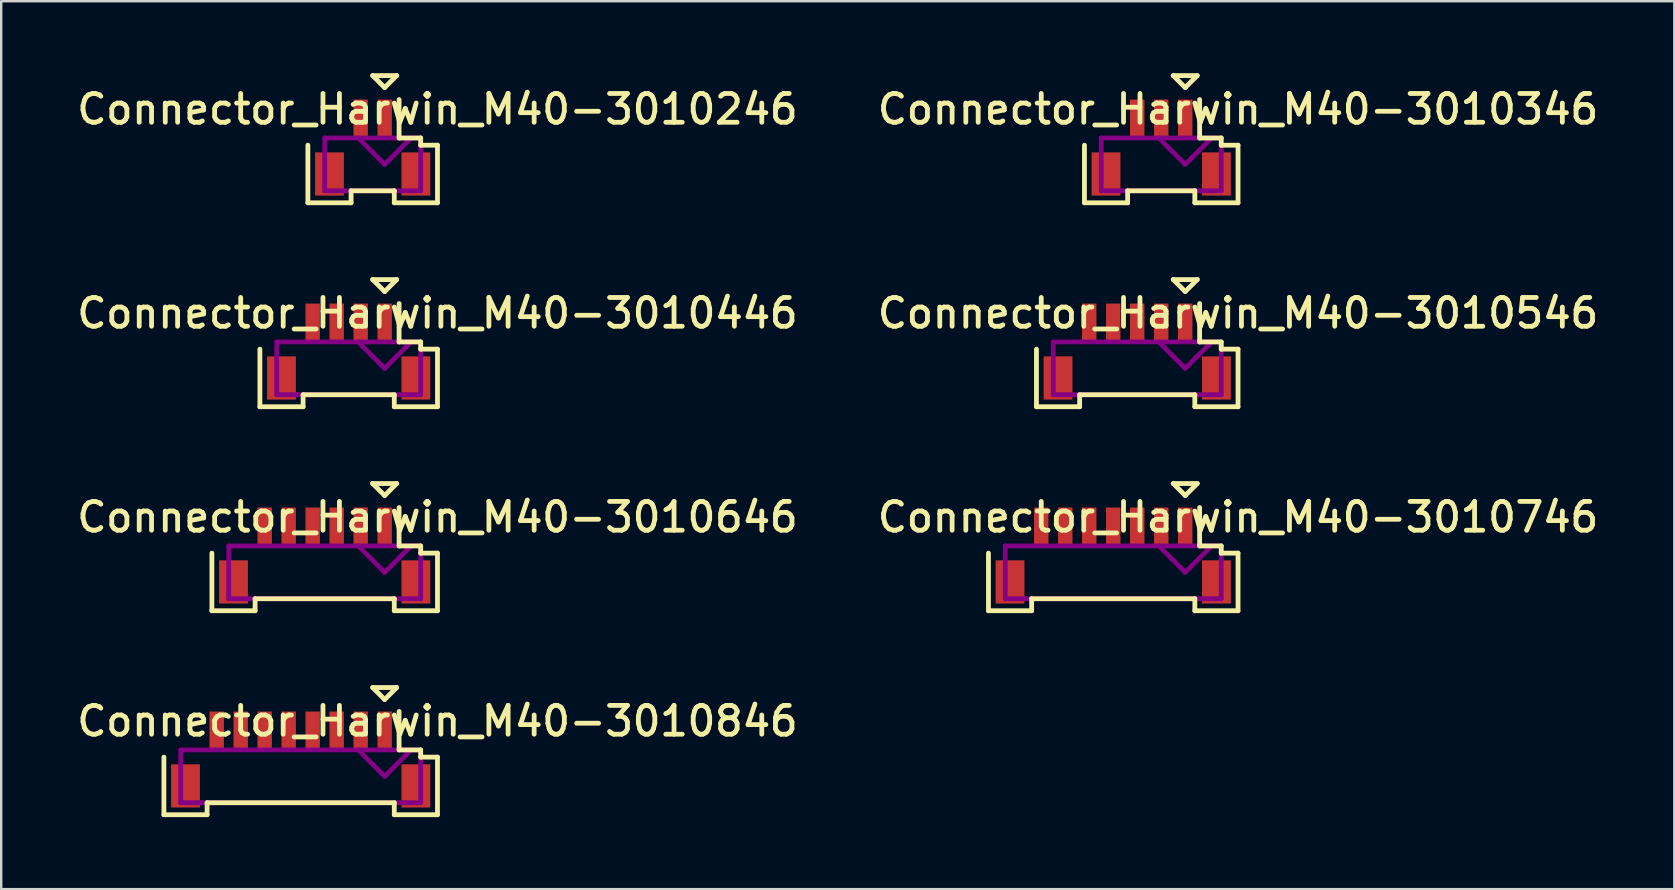
<source format=kicad_pcb>
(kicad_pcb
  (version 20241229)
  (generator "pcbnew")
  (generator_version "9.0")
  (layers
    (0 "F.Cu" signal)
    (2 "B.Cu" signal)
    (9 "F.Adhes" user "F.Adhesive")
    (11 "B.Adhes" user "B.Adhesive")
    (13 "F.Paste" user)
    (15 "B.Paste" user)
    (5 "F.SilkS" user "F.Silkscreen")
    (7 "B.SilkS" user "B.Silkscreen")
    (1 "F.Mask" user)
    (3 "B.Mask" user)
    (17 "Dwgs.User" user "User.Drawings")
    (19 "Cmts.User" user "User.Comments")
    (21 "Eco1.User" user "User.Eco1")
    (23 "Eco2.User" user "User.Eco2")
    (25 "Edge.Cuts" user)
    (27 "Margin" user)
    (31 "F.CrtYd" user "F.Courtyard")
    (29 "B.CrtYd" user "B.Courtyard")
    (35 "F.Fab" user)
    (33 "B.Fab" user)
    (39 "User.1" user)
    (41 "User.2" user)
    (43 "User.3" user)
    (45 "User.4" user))
  (footprint "Connector_Harwin_M40-3010346"
    (layer "F.Cu")
    (at 45.34 4.2)
    (property "Reference" "Connector_Harwin_M40-3010346" (at 3.2 -2.7 0) (layer "F.SilkS") (effects (font (size 1.2 1.2) (thickness 0.2))))
    (attr through_hole)
    (fp_line (start -3.2 1.2) (end -3.2 -1.2) (stroke (width 0.2) (type solid)) (layer "F.SilkS"))
    (fp_line (start -1.4 0.7) (end -1.4 1.2) (stroke (width 0.2) (type solid)) (layer "F.SilkS"))
    (fp_line (start -1.4 1.2) (end -3.2 1.2) (stroke (width 0.2) (type solid)) (layer "F.SilkS"))
    (fp_line (start 0.5 -4.1) (end 1 -3.6) (stroke (width 0.2) (type solid)) (layer "F.SilkS"))
    (fp_line (start 1 -3.6) (end 1.5 -4.1) (stroke (width 0.2) (type solid)) (layer "F.SilkS"))
    (fp_line (start 1.4 0.7) (end -1.4 0.7) (stroke (width 0.2) (type solid)) (layer "F.SilkS"))
    (fp_line (start 1.4 1.2) (end 1.4 0.7) (stroke (width 0.2) (type solid)) (layer "F.SilkS"))
    (fp_line (start 1.5 -4.1) (end 0.5 -4.1) (stroke (width 0.2) (type solid)) (layer "F.SilkS"))
    (fp_line (start 1.6 -3.1) (end 1.6 -1.5) (stroke (width 0.2) (type solid)) (layer "F.SilkS"))
    (fp_line (start 1.6 -1.5) (end 2.5 -1.5) (stroke (width 0.2) (type solid)) (layer "F.SilkS"))
    (fp_line (start 2.5 -1.5) (end 2.5 -1.2) (stroke (width 0.2) (type solid)) (layer "F.SilkS"))
    (fp_line (start 2.5 -1.2) (end 3.2 -1.2) (stroke (width 0.2) (type solid)) (layer "F.SilkS"))
    (fp_line (start 3.2 -1.2) (end 3.2 1.2) (stroke (width 0.2) (type solid)) (layer "F.SilkS"))
    (fp_line (start 3.2 1.2) (end 1.4 1.2) (stroke (width 0.2) (type solid)) (layer "F.SilkS"))
    (fp_line (start -2.5 -1.5) (end 2.5 -1.5) (stroke (width 0.2) (type solid)) (layer "F.Adhes"))
    (fp_line (start -2.5 0.7) (end -2.5 -1.5) (stroke (width 0.2) (type solid)) (layer "F.Adhes"))
    (fp_line (start 1 -0.4) (end -0.1 -1.5) (stroke (width 0.2) (type solid)) (layer "F.Adhes"))
    (fp_line (start 2.1 -1.5) (end 1 -0.4) (stroke (width 0.2) (type solid)) (layer "F.Adhes"))
    (fp_line (start 2.5 -1.5) (end 2.5 0.7) (stroke (width 0.2) (type solid)) (layer "F.Adhes"))
    (fp_line (start 2.5 0.7) (end -2.5 0.7) (stroke (width 0.2) (type solid)) (layer "F.Adhes"))
    (pad "" smd rect (at -2.3 0) (size 1.2 1.8) (layers "F.Cu" "F.Mask" "F.Paste"))
    (pad "" smd rect (at 2.3 0) (size 1.2 1.8) (layers "F.Cu" "F.Mask" "F.Paste"))
    (pad "1" smd rect (at 1 -2.3) (size 0.6 1.6) (layers "F.Cu" "F.Mask" "F.Paste"))
    (pad "2" smd rect (at 0 -2.3) (size 0.6 1.6) (layers "F.Cu" "F.Mask" "F.Paste"))
    (pad "3" smd rect (at -1 -2.3) (size 0.6 1.6) (layers "F.Cu" "F.Mask" "F.Paste")))
  (footprint "Connector_Harwin_M40-3010446"
    (layer "F.Cu")
    (at 11.48 12.7)
    (property "Reference" "Connector_Harwin_M40-3010446" (at 3.7 -2.7 0) (layer "F.SilkS") (effects (font (size 1.2 1.2) (thickness 0.2))))
    (attr through_hole)
    (fp_line (start -3.7 1.2) (end -3.7 -1.2) (stroke (width 0.2) (type solid)) (layer "F.SilkS"))
    (fp_line (start -1.9 0.7) (end -1.9 1.2) (stroke (width 0.2) (type solid)) (layer "F.SilkS"))
    (fp_line (start -1.9 1.2) (end -3.7 1.2) (stroke (width 0.2) (type solid)) (layer "F.SilkS"))
    (fp_line (start 1 -4.1) (end 1.5 -3.6) (stroke (width 0.2) (type solid)) (layer "F.SilkS"))
    (fp_line (start 1.5 -3.6) (end 2 -4.1) (stroke (width 0.2) (type solid)) (layer "F.SilkS"))
    (fp_line (start 1.9 0.7) (end -1.9 0.7) (stroke (width 0.2) (type solid)) (layer "F.SilkS"))
    (fp_line (start 1.9 1.2) (end 1.9 0.7) (stroke (width 0.2) (type solid)) (layer "F.SilkS"))
    (fp_line (start 2 -4.1) (end 1 -4.1) (stroke (width 0.2) (type solid)) (layer "F.SilkS"))
    (fp_line (start 2.1 -3.1) (end 2.1 -1.5) (stroke (width 0.2) (type solid)) (layer "F.SilkS"))
    (fp_line (start 2.1 -1.5) (end 3 -1.5) (stroke (width 0.2) (type solid)) (layer "F.SilkS"))
    (fp_line (start 3 -1.5) (end 3 -1.2) (stroke (width 0.2) (type solid)) (layer "F.SilkS"))
    (fp_line (start 3 -1.2) (end 3.7 -1.2) (stroke (width 0.2) (type solid)) (layer "F.SilkS"))
    (fp_line (start 3.7 -1.2) (end 3.7 1.2) (stroke (width 0.2) (type solid)) (layer "F.SilkS"))
    (fp_line (start 3.7 1.2) (end 1.9 1.2) (stroke (width 0.2) (type solid)) (layer "F.SilkS"))
    (fp_line (start -3 -1.5) (end 3 -1.5) (stroke (width 0.2) (type solid)) (layer "F.Adhes"))
    (fp_line (start -3 0.7) (end -3 -1.5) (stroke (width 0.2) (type solid)) (layer "F.Adhes"))
    (fp_line (start 1.5 -0.4) (end 0.4 -1.5) (stroke (width 0.2) (type solid)) (layer "F.Adhes"))
    (fp_line (start 2.6 -1.5) (end 1.5 -0.4) (stroke (width 0.2) (type solid)) (layer "F.Adhes"))
    (fp_line (start 3 -1.5) (end 3 0.7) (stroke (width 0.2) (type solid)) (layer "F.Adhes"))
    (fp_line (start 3 0.7) (end -3 0.7) (stroke (width 0.2) (type solid)) (layer "F.Adhes"))
    (pad "" smd rect (at -2.8 0) (size 1.2 1.8) (layers "F.Cu" "F.Mask" "F.Paste"))
    (pad "" smd rect (at 2.8 0) (size 1.2 1.8) (layers "F.Cu" "F.Mask" "F.Paste"))
    (pad "1" smd rect (at 1.5 -2.3) (size 0.6 1.6) (layers "F.Cu" "F.Mask" "F.Paste"))
    (pad "2" smd rect (at 0.5 -2.3) (size 0.6 1.6) (layers "F.Cu" "F.Mask" "F.Paste"))
    (pad "3" smd rect (at -0.5 -2.3) (size 0.6 1.6) (layers "F.Cu" "F.Mask" "F.Paste"))
    (pad "4" smd rect (at -1.5 -2.3) (size 0.6 1.6) (layers "F.Cu" "F.Mask" "F.Paste")))
  (footprint "Connector_Harwin_M40-3010246"
    (layer "F.Cu")
    (at 12.48 4.2)
    (property "Reference" "Connector_Harwin_M40-3010246" (at 2.7 -2.7 0) (layer "F.SilkS") (effects (font (size 1.2 1.2) (thickness 0.2))))
    (attr through_hole)
    (fp_line (start -2.7 1.2) (end -2.7 -1.2) (stroke (width 0.2) (type solid)) (layer "F.SilkS"))
    (fp_line (start -0.9 0.7) (end -0.9 1.2) (stroke (width 0.2) (type solid)) (layer "F.SilkS"))
    (fp_line (start -0.9 1.2) (end -2.7 1.2) (stroke (width 0.2) (type solid)) (layer "F.SilkS"))
    (fp_line (start 0 -4.1) (end 0.5 -3.6) (stroke (width 0.2) (type solid)) (layer "F.SilkS"))
    (fp_line (start 0.5 -3.6) (end 1 -4.1) (stroke (width 0.2) (type solid)) (layer "F.SilkS"))
    (fp_line (start 0.9 0.7) (end -0.9 0.7) (stroke (width 0.2) (type solid)) (layer "F.SilkS"))
    (fp_line (start 0.9 1.2) (end 0.9 0.7) (stroke (width 0.2) (type solid)) (layer "F.SilkS"))
    (fp_line (start 1 -4.1) (end 0 -4.1) (stroke (width 0.2) (type solid)) (layer "F.SilkS"))
    (fp_line (start 1.1 -3.1) (end 1.1 -1.5) (stroke (width 0.2) (type solid)) (layer "F.SilkS"))
    (fp_line (start 1.1 -1.5) (end 2 -1.5) (stroke (width 0.2) (type solid)) (layer "F.SilkS"))
    (fp_line (start 2 -1.5) (end 2 -1.2) (stroke (width 0.2) (type solid)) (layer "F.SilkS"))
    (fp_line (start 2 -1.2) (end 2.7 -1.2) (stroke (width 0.2) (type solid)) (layer "F.SilkS"))
    (fp_line (start 2.7 -1.2) (end 2.7 1.2) (stroke (width 0.2) (type solid)) (layer "F.SilkS"))
    (fp_line (start 2.7 1.2) (end 0.9 1.2) (stroke (width 0.2) (type solid)) (layer "F.SilkS"))
    (fp_line (start -2 -1.5) (end 2 -1.5) (stroke (width 0.2) (type solid)) (layer "F.Adhes"))
    (fp_line (start -2 0.7) (end -2 -1.5) (stroke (width 0.2) (type solid)) (layer "F.Adhes"))
    (fp_line (start 0.5 -0.4) (end -0.6 -1.5) (stroke (width 0.2) (type solid)) (layer "F.Adhes"))
    (fp_line (start 1.6 -1.5) (end 0.5 -0.4) (stroke (width 0.2) (type solid)) (layer "F.Adhes"))
    (fp_line (start 2 -1.5) (end 2 0.7) (stroke (width 0.2) (type solid)) (layer "F.Adhes"))
    (fp_line (start 2 0.7) (end -2 0.7) (stroke (width 0.2) (type solid)) (layer "F.Adhes"))
    (pad "" smd rect (at -1.8 0) (size 1.2 1.8) (layers "F.Cu" "F.Mask" "F.Paste"))
    (pad "" smd rect (at 1.8 0) (size 1.2 1.8) (layers "F.Cu" "F.Mask" "F.Paste"))
    (pad "1" smd rect (at 0.5 -2.3) (size 0.6 1.6) (layers "F.Cu" "F.Mask" "F.Paste"))
    (pad "2" smd rect (at -0.5 -2.3) (size 0.6 1.6) (layers "F.Cu" "F.Mask" "F.Paste")))
  (footprint "Connector_Harwin_M40-3010846"
    (layer "F.Cu")
    (at 9.48 29.7)
    (property "Reference" "Connector_Harwin_M40-3010846" (at 5.7 -2.7 0) (layer "F.SilkS") (effects (font (size 1.2 1.2) (thickness 0.2))))
    (attr through_hole)
    (fp_line (start -5.7 1.2) (end -5.7 -1.2) (stroke (width 0.2) (type solid)) (layer "F.SilkS"))
    (fp_line (start -3.9 0.7) (end -3.9 1.2) (stroke (width 0.2) (type solid)) (layer "F.SilkS"))
    (fp_line (start -3.9 1.2) (end -5.7 1.2) (stroke (width 0.2) (type solid)) (layer "F.SilkS"))
    (fp_line (start 3 -4.1) (end 3.5 -3.6) (stroke (width 0.2) (type solid)) (layer "F.SilkS"))
    (fp_line (start 3.5 -3.6) (end 4 -4.1) (stroke (width 0.2) (type solid)) (layer "F.SilkS"))
    (fp_line (start 3.9 0.7) (end -3.9 0.7) (stroke (width 0.2) (type solid)) (layer "F.SilkS"))
    (fp_line (start 3.9 1.2) (end 3.9 0.7) (stroke (width 0.2) (type solid)) (layer "F.SilkS"))
    (fp_line (start 4 -4.1) (end 3 -4.1) (stroke (width 0.2) (type solid)) (layer "F.SilkS"))
    (fp_line (start 4.1 -3.1) (end 4.1 -1.5) (stroke (width 0.2) (type solid)) (layer "F.SilkS"))
    (fp_line (start 4.1 -1.5) (end 5 -1.5) (stroke (width 0.2) (type solid)) (layer "F.SilkS"))
    (fp_line (start 5 -1.5) (end 5 -1.2) (stroke (width 0.2) (type solid)) (layer "F.SilkS"))
    (fp_line (start 5 -1.2) (end 5.7 -1.2) (stroke (width 0.2) (type solid)) (layer "F.SilkS"))
    (fp_line (start 5.7 -1.2) (end 5.7 1.2) (stroke (width 0.2) (type solid)) (layer "F.SilkS"))
    (fp_line (start 5.7 1.2) (end 3.9 1.2) (stroke (width 0.2) (type solid)) (layer "F.SilkS"))
    (fp_line (start -5 -1.5) (end 5 -1.5) (stroke (width 0.2) (type solid)) (layer "F.Adhes"))
    (fp_line (start -5 0.7) (end -5 -1.5) (stroke (width 0.2) (type solid)) (layer "F.Adhes"))
    (fp_line (start 3.5 -0.4) (end 2.4 -1.5) (stroke (width 0.2) (type solid)) (layer "F.Adhes"))
    (fp_line (start 4.6 -1.5) (end 3.5 -0.4) (stroke (width 0.2) (type solid)) (layer "F.Adhes"))
    (fp_line (start 5 -1.5) (end 5 0.7) (stroke (width 0.2) (type solid)) (layer "F.Adhes"))
    (fp_line (start 5 0.7) (end -5 0.7) (stroke (width 0.2) (type solid)) (layer "F.Adhes"))
    (pad "" smd rect (at -4.8 0) (size 1.2 1.8) (layers "F.Cu" "F.Mask" "F.Paste"))
    (pad "" smd rect (at 4.8 0) (size 1.2 1.8) (layers "F.Cu" "F.Mask" "F.Paste"))
    (pad "1" smd rect (at 3.5 -2.3) (size 0.6 1.6) (layers "F.Cu" "F.Mask" "F.Paste"))
    (pad "2" smd rect (at 2.5 -2.3) (size 0.6 1.6) (layers "F.Cu" "F.Mask" "F.Paste"))
    (pad "3" smd rect (at 1.5 -2.3) (size 0.6 1.6) (layers "F.Cu" "F.Mask" "F.Paste"))
    (pad "4" smd rect (at 0.5 -2.3) (size 0.6 1.6) (layers "F.Cu" "F.Mask" "F.Paste"))
    (pad "5" smd rect (at -0.5 -2.3) (size 0.6 1.6) (layers "F.Cu" "F.Mask" "F.Paste"))
    (pad "6" smd rect (at -1.5 -2.3) (size 0.6 1.6) (layers "F.Cu" "F.Mask" "F.Paste"))
    (pad "7" smd rect (at -2.5 -2.3) (size 0.6 1.6) (layers "F.Cu" "F.Mask" "F.Paste"))
    (pad "8" smd rect (at -3.5 -2.3) (size 0.6 1.6) (layers "F.Cu" "F.Mask" "F.Paste")))
  (footprint "Connector_Harwin_M40-3010746"
    (layer "F.Cu")
    (at 43.34 21.2)
    (property "Reference" "Connector_Harwin_M40-3010746" (at 5.2 -2.7 0) (layer "F.SilkS") (effects (font (size 1.2 1.2) (thickness 0.2))))
    (attr through_hole)
    (fp_line (start -5.2 1.2) (end -5.2 -1.2) (stroke (width 0.2) (type solid)) (layer "F.SilkS"))
    (fp_line (start -3.4 0.7) (end -3.4 1.2) (stroke (width 0.2) (type solid)) (layer "F.SilkS"))
    (fp_line (start -3.4 1.2) (end -5.2 1.2) (stroke (width 0.2) (type solid)) (layer "F.SilkS"))
    (fp_line (start 2.5 -4.1) (end 3 -3.6) (stroke (width 0.2) (type solid)) (layer "F.SilkS"))
    (fp_line (start 3 -3.6) (end 3.5 -4.1) (stroke (width 0.2) (type solid)) (layer "F.SilkS"))
    (fp_line (start 3.4 0.7) (end -3.4 0.7) (stroke (width 0.2) (type solid)) (layer "F.SilkS"))
    (fp_line (start 3.4 1.2) (end 3.4 0.7) (stroke (width 0.2) (type solid)) (layer "F.SilkS"))
    (fp_line (start 3.5 -4.1) (end 2.5 -4.1) (stroke (width 0.2) (type solid)) (layer "F.SilkS"))
    (fp_line (start 3.6 -3.1) (end 3.6 -1.5) (stroke (width 0.2) (type solid)) (layer "F.SilkS"))
    (fp_line (start 3.6 -1.5) (end 4.5 -1.5) (stroke (width 0.2) (type solid)) (layer "F.SilkS"))
    (fp_line (start 4.5 -1.5) (end 4.5 -1.2) (stroke (width 0.2) (type solid)) (layer "F.SilkS"))
    (fp_line (start 4.5 -1.2) (end 5.2 -1.2) (stroke (width 0.2) (type solid)) (layer "F.SilkS"))
    (fp_line (start 5.2 -1.2) (end 5.2 1.2) (stroke (width 0.2) (type solid)) (layer "F.SilkS"))
    (fp_line (start 5.2 1.2) (end 3.4 1.2) (stroke (width 0.2) (type solid)) (layer "F.SilkS"))
    (fp_line (start -4.5 -1.5) (end 4.5 -1.5) (stroke (width 0.2) (type solid)) (layer "F.Adhes"))
    (fp_line (start -4.5 0.7) (end -4.5 -1.5) (stroke (width 0.2) (type solid)) (layer "F.Adhes"))
    (fp_line (start 3 -0.4) (end 1.9 -1.5) (stroke (width 0.2) (type solid)) (layer "F.Adhes"))
    (fp_line (start 4.1 -1.5) (end 3 -0.4) (stroke (width 0.2) (type solid)) (layer "F.Adhes"))
    (fp_line (start 4.5 -1.5) (end 4.5 0.7) (stroke (width 0.2) (type solid)) (layer "F.Adhes"))
    (fp_line (start 4.5 0.7) (end -4.5 0.7) (stroke (width 0.2) (type solid)) (layer "F.Adhes"))
    (pad "" smd rect (at -4.3 0) (size 1.2 1.8) (layers "F.Cu" "F.Mask" "F.Paste"))
    (pad "" smd rect (at 4.3 0) (size 1.2 1.8) (layers "F.Cu" "F.Mask" "F.Paste"))
    (pad "1" smd rect (at 3 -2.3) (size 0.6 1.6) (layers "F.Cu" "F.Mask" "F.Paste"))
    (pad "2" smd rect (at 2 -2.3) (size 0.6 1.6) (layers "F.Cu" "F.Mask" "F.Paste"))
    (pad "3" smd rect (at 1 -2.3) (size 0.6 1.6) (layers "F.Cu" "F.Mask" "F.Paste"))
    (pad "4" smd rect (at 0 -2.3) (size 0.6 1.6) (layers "F.Cu" "F.Mask" "F.Paste"))
    (pad "5" smd rect (at -1 -2.3) (size 0.6 1.6) (layers "F.Cu" "F.Mask" "F.Paste"))
    (pad "6" smd rect (at -2 -2.3) (size 0.6 1.6) (layers "F.Cu" "F.Mask" "F.Paste"))
    (pad "7" smd rect (at -3 -2.3) (size 0.6 1.6) (layers "F.Cu" "F.Mask" "F.Paste")))
  (footprint "Connector_Harwin_M40-3010646"
    (layer "F.Cu")
    (at 10.48 21.2)
    (property "Reference" "Connector_Harwin_M40-3010646" (at 4.7 -2.7 0) (layer "F.SilkS") (effects (font (size 1.2 1.2) (thickness 0.2))))
    (attr through_hole)
    (fp_line (start -4.7 1.2) (end -4.7 -1.2) (stroke (width 0.2) (type solid)) (layer "F.SilkS"))
    (fp_line (start -2.9 0.7) (end -2.9 1.2) (stroke (width 0.2) (type solid)) (layer "F.SilkS"))
    (fp_line (start -2.9 1.2) (end -4.7 1.2) (stroke (width 0.2) (type solid)) (layer "F.SilkS"))
    (fp_line (start 2 -4.1) (end 2.5 -3.6) (stroke (width 0.2) (type solid)) (layer "F.SilkS"))
    (fp_line (start 2.5 -3.6) (end 3 -4.1) (stroke (width 0.2) (type solid)) (layer "F.SilkS"))
    (fp_line (start 2.9 0.7) (end -2.9 0.7) (stroke (width 0.2) (type solid)) (layer "F.SilkS"))
    (fp_line (start 2.9 1.2) (end 2.9 0.7) (stroke (width 0.2) (type solid)) (layer "F.SilkS"))
    (fp_line (start 3 -4.1) (end 2 -4.1) (stroke (width 0.2) (type solid)) (layer "F.SilkS"))
    (fp_line (start 3.1 -3.1) (end 3.1 -1.5) (stroke (width 0.2) (type solid)) (layer "F.SilkS"))
    (fp_line (start 3.1 -1.5) (end 4 -1.5) (stroke (width 0.2) (type solid)) (layer "F.SilkS"))
    (fp_line (start 4 -1.5) (end 4 -1.2) (stroke (width 0.2) (type solid)) (layer "F.SilkS"))
    (fp_line (start 4 -1.2) (end 4.7 -1.2) (stroke (width 0.2) (type solid)) (layer "F.SilkS"))
    (fp_line (start 4.7 -1.2) (end 4.7 1.2) (stroke (width 0.2) (type solid)) (layer "F.SilkS"))
    (fp_line (start 4.7 1.2) (end 2.9 1.2) (stroke (width 0.2) (type solid)) (layer "F.SilkS"))
    (fp_line (start -4 -1.5) (end 4 -1.5) (stroke (width 0.2) (type solid)) (layer "F.Adhes"))
    (fp_line (start -4 0.7) (end -4 -1.5) (stroke (width 0.2) (type solid)) (layer "F.Adhes"))
    (fp_line (start 2.5 -0.4) (end 1.4 -1.5) (stroke (width 0.2) (type solid)) (layer "F.Adhes"))
    (fp_line (start 3.6 -1.5) (end 2.5 -0.4) (stroke (width 0.2) (type solid)) (layer "F.Adhes"))
    (fp_line (start 4 -1.5) (end 4 0.7) (stroke (width 0.2) (type solid)) (layer "F.Adhes"))
    (fp_line (start 4 0.7) (end -4 0.7) (stroke (width 0.2) (type solid)) (layer "F.Adhes"))
    (pad "" smd rect (at -3.8 0) (size 1.2 1.8) (layers "F.Cu" "F.Mask" "F.Paste"))
    (pad "" smd rect (at 3.8 0) (size 1.2 1.8) (layers "F.Cu" "F.Mask" "F.Paste"))
    (pad "1" smd rect (at 2.5 -2.3) (size 0.6 1.6) (layers "F.Cu" "F.Mask" "F.Paste"))
    (pad "2" smd rect (at 1.5 -2.3) (size 0.6 1.6) (layers "F.Cu" "F.Mask" "F.Paste"))
    (pad "3" smd rect (at 0.5 -2.3) (size 0.6 1.6) (layers "F.Cu" "F.Mask" "F.Paste"))
    (pad "4" smd rect (at -0.5 -2.3) (size 0.6 1.6) (layers "F.Cu" "F.Mask" "F.Paste"))
    (pad "5" smd rect (at -1.5 -2.3) (size 0.6 1.6) (layers "F.Cu" "F.Mask" "F.Paste"))
    (pad "6" smd rect (at -2.5 -2.3) (size 0.6 1.6) (layers "F.Cu" "F.Mask" "F.Paste")))
  (footprint "Connector_Harwin_M40-3010546"
    (layer "F.Cu")
    (at 44.34 12.7)
    (property "Reference" "Connector_Harwin_M40-3010546" (at 4.2 -2.7 0) (layer "F.SilkS") (effects (font (size 1.2 1.2) (thickness 0.2))))
    (attr through_hole)
    (fp_line (start -4.2 1.2) (end -4.2 -1.2) (stroke (width 0.2) (type solid)) (layer "F.SilkS"))
    (fp_line (start -2.4 0.7) (end -2.4 1.2) (stroke (width 0.2) (type solid)) (layer "F.SilkS"))
    (fp_line (start -2.4 1.2) (end -4.2 1.2) (stroke (width 0.2) (type solid)) (layer "F.SilkS"))
    (fp_line (start 1.5 -4.1) (end 2 -3.6) (stroke (width 0.2) (type solid)) (layer "F.SilkS"))
    (fp_line (start 2 -3.6) (end 2.5 -4.1) (stroke (width 0.2) (type solid)) (layer "F.SilkS"))
    (fp_line (start 2.4 0.7) (end -2.4 0.7) (stroke (width 0.2) (type solid)) (layer "F.SilkS"))
    (fp_line (start 2.4 1.2) (end 2.4 0.7) (stroke (width 0.2) (type solid)) (layer "F.SilkS"))
    (fp_line (start 2.5 -4.1) (end 1.5 -4.1) (stroke (width 0.2) (type solid)) (layer "F.SilkS"))
    (fp_line (start 2.6 -3.1) (end 2.6 -1.5) (stroke (width 0.2) (type solid)) (layer "F.SilkS"))
    (fp_line (start 2.6 -1.5) (end 3.5 -1.5) (stroke (width 0.2) (type solid)) (layer "F.SilkS"))
    (fp_line (start 3.5 -1.5) (end 3.5 -1.2) (stroke (width 0.2) (type solid)) (layer "F.SilkS"))
    (fp_line (start 3.5 -1.2) (end 4.2 -1.2) (stroke (width 0.2) (type solid)) (layer "F.SilkS"))
    (fp_line (start 4.2 -1.2) (end 4.2 1.2) (stroke (width 0.2) (type solid)) (layer "F.SilkS"))
    (fp_line (start 4.2 1.2) (end 2.4 1.2) (stroke (width 0.2) (type solid)) (layer "F.SilkS"))
    (fp_line (start -3.5 -1.5) (end 3.5 -1.5) (stroke (width 0.2) (type solid)) (layer "F.Adhes"))
    (fp_line (start -3.5 0.7) (end -3.5 -1.5) (stroke (width 0.2) (type solid)) (layer "F.Adhes"))
    (fp_line (start 2 -0.4) (end 0.9 -1.5) (stroke (width 0.2) (type solid)) (layer "F.Adhes"))
    (fp_line (start 3.1 -1.5) (end 2 -0.4) (stroke (width 0.2) (type solid)) (layer "F.Adhes"))
    (fp_line (start 3.5 -1.5) (end 3.5 0.7) (stroke (width 0.2) (type solid)) (layer "F.Adhes"))
    (fp_line (start 3.5 0.7) (end -3.5 0.7) (stroke (width 0.2) (type solid)) (layer "F.Adhes"))
    (pad "" smd rect (at -3.3 0) (size 1.2 1.8) (layers "F.Cu" "F.Mask" "F.Paste"))
    (pad "" smd rect (at 3.3 0) (size 1.2 1.8) (layers "F.Cu" "F.Mask" "F.Paste"))
    (pad "1" smd rect (at 2 -2.3) (size 0.6 1.6) (layers "F.Cu" "F.Mask" "F.Paste"))
    (pad "2" smd rect (at 1 -2.3) (size 0.6 1.6) (layers "F.Cu" "F.Mask" "F.Paste"))
    (pad "3" smd rect (at 0 -2.3) (size 0.6 1.6) (layers "F.Cu" "F.Mask" "F.Paste"))
    (pad "4" smd rect (at -1 -2.3) (size 0.6 1.6) (layers "F.Cu" "F.Mask" "F.Paste"))
    (pad "5" smd rect (at -2 -2.3) (size 0.6 1.6) (layers "F.Cu" "F.Mask" "F.Paste")))
  (gr_rect
    (start -3 -3)
    (end 66.72 34)
    (stroke (width 0.1) (type default))
    (fill no)
    (layer "Edge.Cuts")))
</source>
